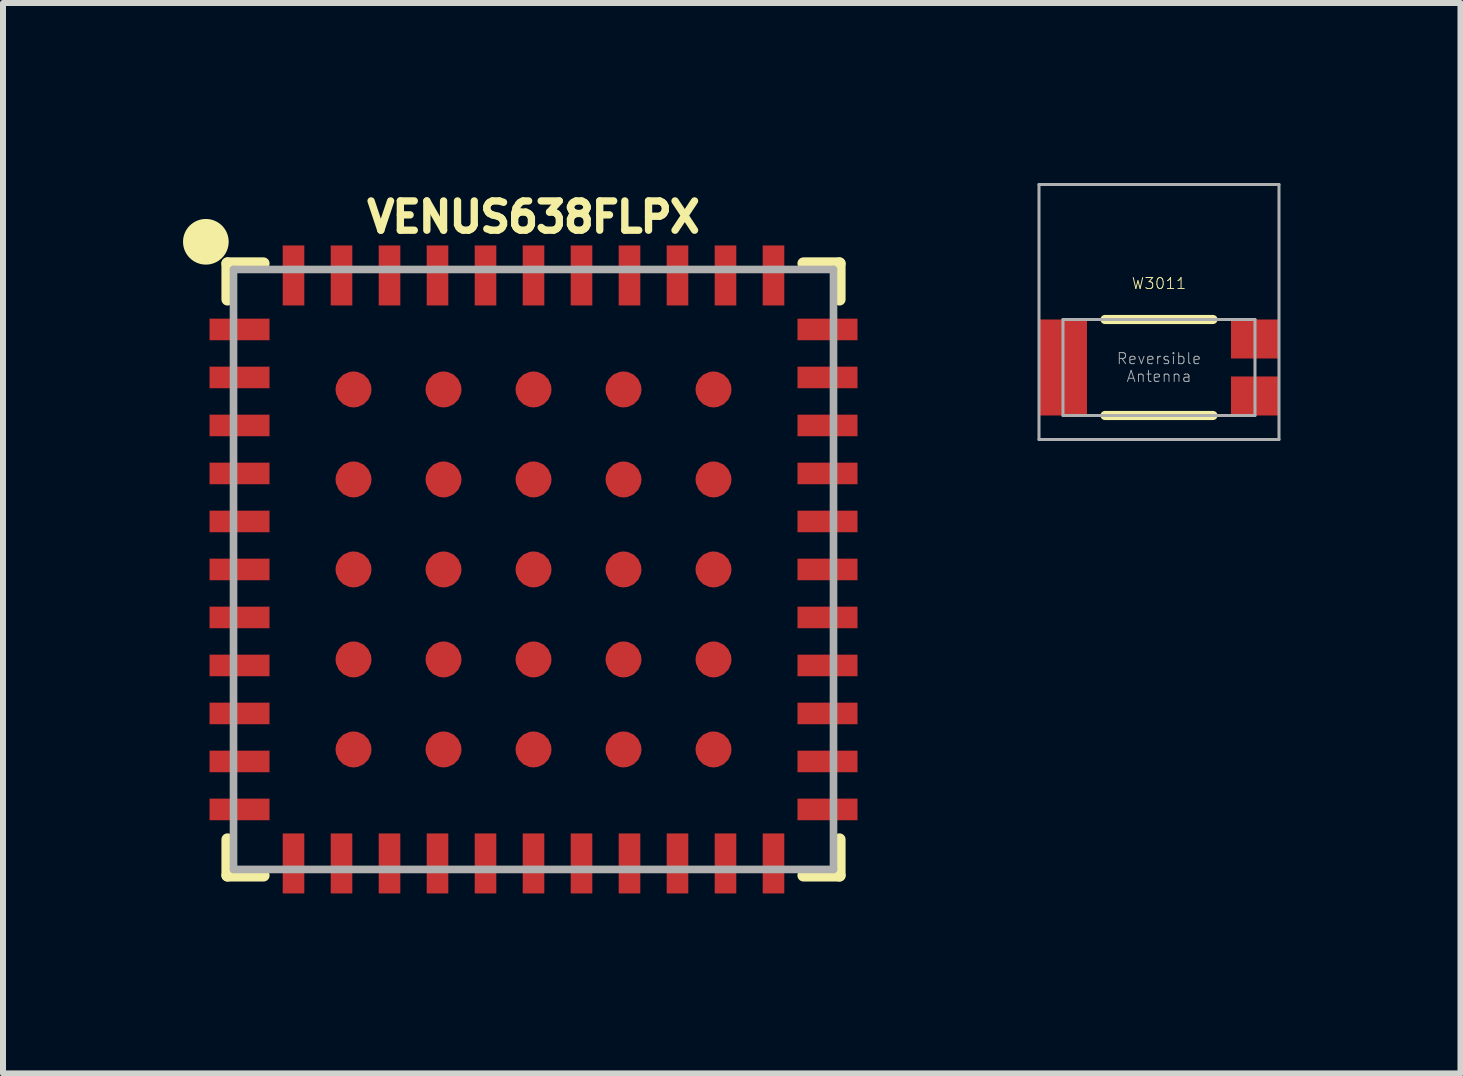
<source format=kicad_pcb>
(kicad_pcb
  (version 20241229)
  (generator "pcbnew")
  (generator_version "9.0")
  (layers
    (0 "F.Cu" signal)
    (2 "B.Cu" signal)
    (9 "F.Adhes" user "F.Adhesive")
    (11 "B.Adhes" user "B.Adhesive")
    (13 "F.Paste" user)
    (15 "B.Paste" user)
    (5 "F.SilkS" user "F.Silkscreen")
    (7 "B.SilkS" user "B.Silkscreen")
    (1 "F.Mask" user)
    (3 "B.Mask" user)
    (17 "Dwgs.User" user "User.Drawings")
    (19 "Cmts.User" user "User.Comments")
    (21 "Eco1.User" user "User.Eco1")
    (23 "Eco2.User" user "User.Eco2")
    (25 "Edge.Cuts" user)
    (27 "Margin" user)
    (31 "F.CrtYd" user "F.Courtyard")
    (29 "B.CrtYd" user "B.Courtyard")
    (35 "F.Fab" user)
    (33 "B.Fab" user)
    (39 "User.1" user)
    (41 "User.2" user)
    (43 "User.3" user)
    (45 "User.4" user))
  (footprint "W3011"
    (layer "F.Cu")
    (at 16.267 3.075)
    (property "Reference" "W3011" (at 0 -1.4 0) (layer "F.SilkS") (effects (font (size 0.184 0.184) (thickness 0.016))))
    (fp_line (start -0.9 -0.8) (end 0.9 -0.8) (stroke (width 0.152) (type solid)) (layer "F.SilkS"))
    (fp_line (start -0.9 0.8) (end 0.9 0.8) (stroke (width 0.152) (type solid)) (layer "F.SilkS"))
    (fp_line (start -2 -3.05) (end 2 -3.05) (stroke (width 0.05) (type solid)) (layer "F.Fab"))
    (fp_line (start -2 1.2) (end -2 -3.05) (stroke (width 0.05) (type solid)) (layer "F.Fab"))
    (fp_line (start -1.6 -0.8) (end 1.6 -0.8) (stroke (width 0.05) (type solid)) (layer "F.Fab"))
    (fp_line (start -1.6 0.8) (end -1.6 -0.8) (stroke (width 0.05) (type solid)) (layer "F.Fab"))
    (fp_line (start 1.6 -0.8) (end 1.6 0.8) (stroke (width 0.05) (type solid)) (layer "F.Fab"))
    (fp_line (start 1.6 0.8) (end -1.6 0.8) (stroke (width 0.05) (type solid)) (layer "F.Fab"))
    (fp_line (start 2 -3.05) (end 2 1.2) (stroke (width 0.05) (type solid)) (layer "F.Fab"))
    (fp_line (start 2 1.2) (end -2 1.2) (stroke (width 0.05) (type solid)) (layer "F.Fab"))
    (fp_text user "Reversible\nAntenna" (at 0 0 0) (layer "F.Fab") (effects (font (size 0.184 0.184) (thickness 0.016))))
    (pad "1" smd rect (at 1.6 -0.475) (size 0.8 0.65) (layers "F.Cu" "F.Mask" "F.Paste"))
    (pad "2" smd rect (at 1.6 0.475) (size 0.8 0.65) (layers "F.Cu" "F.Mask" "F.Paste"))
    (pad "3" smd rect (at -1.6 0) (size 0.8 1.6) (layers "F.Cu" "F.Mask" "F.Paste"))
    (zone (net_name "") (layer "F.Cu") (hatch edge 0.508) (connect_pads) (min_thickness 0.254) (filled_areas_thickness no) (keepout (tracks not_allowed) (vias not_allowed) (pads not_allowed) (copperpour not_allowed) (footprints allowed)) (placement (enabled no)) (fill) (polygon (pts (xy 14.267 2.075) (xy 18.267 2.075) (xy 18.267 0.075) (xy 14.267 0.075))))
    (zone (net_name "") (layer "F.Cu") (hatch edge 0.508) (connect_pads) (min_thickness 0.254) (filled_areas_thickness no) (keepout (tracks not_allowed) (vias not_allowed) (pads not_allowed) (copperpour not_allowed) (footprints allowed)) (placement (enabled no)) (fill) (polygon (pts (xy 14.267 4.275) (xy 18.267 4.275) (xy 18.267 4.075) (xy 14.267 4.075))))
    (zone (net_name "") (layer "F.Cu") (hatch edge 0.508) (connect_pads) (min_thickness 0.254) (filled_areas_thickness no) (keepout (tracks not_allowed) (vias not_allowed) (pads not_allowed) (copperpour not_allowed) (footprints allowed)) (placement (enabled no)) (fill) (polygon (pts (xy 15.267 4.075) (xy 17.267 4.075) (xy 17.267 2.075) (xy 15.267 2.075))))
    (zone (net_name "") (layer "B.Cu") (hatch edge 0.508) (connect_pads) (min_thickness 0.254) (filled_areas_thickness no) (keepout (tracks not_allowed) (vias not_allowed) (pads not_allowed) (copperpour not_allowed) (footprints allowed)) (placement (enabled no)) (fill) (polygon (pts (xy 14.267 4.325) (xy 18.267 4.325) (xy 18.267 0.025) (xy 14.267 0.025)))))
  (footprint "VENUS638FLPX"
    (layer "F.Cu")
    (at 5.842 6.441)
    (property "Reference" "VENUS638FLPX" (at 0 -5.588 0) (layer "F.SilkS") (effects (font (size 0.488 0.488) (thickness 0.122)) (justify bottom)))
    (fp_line (start -5.1 -5.1) (end -4.5 -5.1) (stroke (width 0.203) (type solid)) (layer "F.SilkS"))
    (fp_line (start -5.1 -4.5) (end -5.1 -5.1) (stroke (width 0.203) (type solid)) (layer "F.SilkS"))
    (fp_line (start -5.1 4.5) (end -5.1 5.1) (stroke (width 0.203) (type solid)) (layer "F.SilkS"))
    (fp_line (start -5.1 5.1) (end -4.5 5.1) (stroke (width 0.203) (type solid)) (layer "F.SilkS"))
    (fp_line (start 5.1 -5.1) (end 4.5 -5.1) (stroke (width 0.203) (type solid)) (layer "F.SilkS"))
    (fp_line (start 5.1 -4.5) (end 5.1 -5.1) (stroke (width 0.203) (type solid)) (layer "F.SilkS"))
    (fp_line (start 5.1 5.1) (end 4.5 5.1) (stroke (width 0.203) (type solid)) (layer "F.SilkS"))
    (fp_line (start 5.1 5.1) (end 5.1 4.5) (stroke (width 0.203) (type solid)) (layer "F.SilkS"))
    (fp_circle (center -5.461 -5.461) (end -5.271 -5.461) (stroke (width 0.381) (type solid)) (fill yes) (layer "F.SilkS"))
    (fp_line (start -5 -5) (end -5 5) (stroke (width 0.127) (type solid)) (layer "F.Fab"))
    (fp_line (start -5 5) (end 5 5) (stroke (width 0.127) (type solid)) (layer "F.Fab"))
    (fp_line (start 5 -5) (end -5 -5) (stroke (width 0.127) (type solid)) (layer "F.Fab"))
    (fp_line (start 5 5) (end 5 -5) (stroke (width 0.127) (type solid)) (layer "F.Fab"))
    (pad "1" smd rect (at -4.9 -4 180) (size 1 0.36) (layers "F.Cu" "F.Mask" "F.Paste"))
    (pad "2" smd rect (at -4.9 -3.2 180) (size 1 0.36) (layers "F.Cu" "F.Mask" "F.Paste"))
    (pad "3" smd rect (at -4.9 -2.4 180) (size 1 0.36) (layers "F.Cu" "F.Mask" "F.Paste"))
    (pad "4" smd rect (at -4.9 -1.6 180) (size 1 0.36) (layers "F.Cu" "F.Mask" "F.Paste"))
    (pad "5" smd rect (at -4.9 -0.8 180) (size 1 0.36) (layers "F.Cu" "F.Mask" "F.Paste"))
    (pad "6" smd rect (at -4.9 0 180) (size 1 0.36) (layers "F.Cu" "F.Mask" "F.Paste"))
    (pad "7" smd rect (at -4.9 0.8 180) (size 1 0.36) (layers "F.Cu" "F.Mask" "F.Paste"))
    (pad "8" smd rect (at -4.9 1.6 180) (size 1 0.36) (layers "F.Cu" "F.Mask" "F.Paste"))
    (pad "9" smd rect (at -4.9 2.4 180) (size 1 0.36) (layers "F.Cu" "F.Mask" "F.Paste"))
    (pad "10" smd rect (at -4.9 3.2 180) (size 1 0.36) (layers "F.Cu" "F.Mask" "F.Paste"))
    (pad "11" smd rect (at -4.9 4 180) (size 1 0.36) (layers "F.Cu" "F.Mask" "F.Paste"))
    (pad "12" smd rect (at -4 4.9 270) (size 1 0.36) (layers "F.Cu" "F.Mask" "F.Paste"))
    (pad "13" smd rect (at -3.2 4.9 270) (size 1 0.36) (layers "F.Cu" "F.Mask" "F.Paste"))
    (pad "14" smd rect (at -2.4 4.9 270) (size 1 0.36) (layers "F.Cu" "F.Mask" "F.Paste"))
    (pad "15" smd rect (at -1.6 4.9 270) (size 1 0.36) (layers "F.Cu" "F.Mask" "F.Paste"))
    (pad "16" smd rect (at -0.8 4.9 270) (size 1 0.36) (layers "F.Cu" "F.Mask" "F.Paste"))
    (pad "17" smd rect (at 0 4.9 270) (size 1 0.36) (layers "F.Cu" "F.Mask" "F.Paste"))
    (pad "18" smd rect (at 0.8 4.9 270) (size 1 0.36) (layers "F.Cu" "F.Mask" "F.Paste"))
    (pad "19" smd rect (at 1.6 4.9 270) (size 1 0.36) (layers "F.Cu" "F.Mask" "F.Paste"))
    (pad "20" smd rect (at 2.4 4.9 270) (size 1 0.36) (layers "F.Cu" "F.Mask" "F.Paste"))
    (pad "21" smd rect (at 3.2 4.9 270) (size 1 0.36) (layers "F.Cu" "F.Mask" "F.Paste"))
    (pad "22" smd rect (at 4 4.9 270) (size 1 0.36) (layers "F.Cu" "F.Mask" "F.Paste"))
    (pad "23" smd rect (at 4.9 4) (size 1 0.36) (layers "F.Cu" "F.Mask" "F.Paste"))
    (pad "24" smd rect (at 4.9 3.2) (size 1 0.36) (layers "F.Cu" "F.Mask" "F.Paste"))
    (pad "25" smd rect (at 4.9 2.4) (size 1 0.36) (layers "F.Cu" "F.Mask" "F.Paste"))
    (pad "26" smd rect (at 4.9 1.6) (size 1 0.36) (layers "F.Cu" "F.Mask" "F.Paste"))
    (pad "27" smd rect (at 4.9 0.8) (size 1 0.36) (layers "F.Cu" "F.Mask" "F.Paste"))
    (pad "28" smd rect (at 4.9 0) (size 1 0.36) (layers "F.Cu" "F.Mask" "F.Paste"))
    (pad "29" smd rect (at 4.9 -0.8) (size 1 0.36) (layers "F.Cu" "F.Mask" "F.Paste"))
    (pad "30" smd rect (at 4.9 -1.6) (size 1 0.36) (layers "F.Cu" "F.Mask" "F.Paste"))
    (pad "31" smd rect (at 4.9 -2.4) (size 1 0.36) (layers "F.Cu" "F.Mask" "F.Paste"))
    (pad "32" smd rect (at 4.9 -3.2) (size 1 0.36) (layers "F.Cu" "F.Mask" "F.Paste"))
    (pad "33" smd rect (at 4.9 -4) (size 1 0.36) (layers "F.Cu" "F.Mask" "F.Paste"))
    (pad "34" smd rect (at 4 -4.9 90) (size 1 0.36) (layers "F.Cu" "F.Mask" "F.Paste"))
    (pad "35" smd rect (at 3.2 -4.9 90) (size 1 0.36) (layers "F.Cu" "F.Mask" "F.Paste"))
    (pad "36" smd rect (at 2.4 -4.9 90) (size 1 0.36) (layers "F.Cu" "F.Mask" "F.Paste"))
    (pad "37" smd rect (at 1.6 -4.9 90) (size 1 0.36) (layers "F.Cu" "F.Mask" "F.Paste"))
    (pad "38" smd rect (at 0.8 -4.9 90) (size 1 0.36) (layers "F.Cu" "F.Mask" "F.Paste"))
    (pad "39" smd rect (at 0 -4.9 90) (size 1 0.36) (layers "F.Cu" "F.Mask" "F.Paste"))
    (pad "40" smd rect (at -0.8 -4.9 90) (size 1 0.36) (layers "F.Cu" "F.Mask" "F.Paste"))
    (pad "41" smd rect (at -1.6 -4.9 90) (size 1 0.36) (layers "F.Cu" "F.Mask" "F.Paste"))
    (pad "42" smd rect (at -2.4 -4.9 90) (size 1 0.36) (layers "F.Cu" "F.Mask" "F.Paste"))
    (pad "43" smd rect (at -3.2 -4.9 90) (size 1 0.36) (layers "F.Cu" "F.Mask" "F.Paste"))
    (pad "44" smd rect (at -4 -4.9 90) (size 1 0.36) (layers "F.Cu" "F.Mask" "F.Paste"))
    (pad "45" smd roundrect (at -3 -3) (size 0.6 0.6) (layers "F.Cu" "F.Mask" "F.Paste") (roundrect_rratio 0.5))
    (pad "46" smd roundrect (at -3 -1.5) (size 0.6 0.6) (layers "F.Cu" "F.Mask" "F.Paste") (roundrect_rratio 0.5))
    (pad "47" smd roundrect (at -3 0) (size 0.6 0.6) (layers "F.Cu" "F.Mask" "F.Paste") (roundrect_rratio 0.5))
    (pad "48" smd roundrect (at -3 1.5) (size 0.6 0.6) (layers "F.Cu" "F.Mask" "F.Paste") (roundrect_rratio 0.5))
    (pad "49" smd roundrect (at -3 3) (size 0.6 0.6) (layers "F.Cu" "F.Mask" "F.Paste") (roundrect_rratio 0.5))
    (pad "50" smd roundrect (at -1.5 -3) (size 0.6 0.6) (layers "F.Cu" "F.Mask" "F.Paste") (roundrect_rratio 0.5))
    (pad "51" smd roundrect (at -1.5 -1.5) (size 0.6 0.6) (layers "F.Cu" "F.Mask" "F.Paste") (roundrect_rratio 0.5))
    (pad "52" smd roundrect (at -1.5 0) (size 0.6 0.6) (layers "F.Cu" "F.Mask" "F.Paste") (roundrect_rratio 0.5))
    (pad "53" smd roundrect (at -1.5 1.5) (size 0.6 0.6) (layers "F.Cu" "F.Mask" "F.Paste") (roundrect_rratio 0.5))
    (pad "54" smd roundrect (at -1.5 3) (size 0.6 0.6) (layers "F.Cu" "F.Mask" "F.Paste") (roundrect_rratio 0.5))
    (pad "55" smd roundrect (at 0 -3) (size 0.6 0.6) (layers "F.Cu" "F.Mask" "F.Paste") (roundrect_rratio 0.5))
    (pad "56" smd roundrect (at 0 -1.5) (size 0.6 0.6) (layers "F.Cu" "F.Mask" "F.Paste") (roundrect_rratio 0.5))
    (pad "57" smd roundrect (at 0 0) (size 0.6 0.6) (layers "F.Cu" "F.Mask" "F.Paste") (roundrect_rratio 0.5))
    (pad "58" smd roundrect (at 0 1.5) (size 0.6 0.6) (layers "F.Cu" "F.Mask" "F.Paste") (roundrect_rratio 0.5))
    (pad "59" smd roundrect (at 0 3) (size 0.6 0.6) (layers "F.Cu" "F.Mask" "F.Paste") (roundrect_rratio 0.5))
    (pad "60" smd roundrect (at 1.5 -3) (size 0.6 0.6) (layers "F.Cu" "F.Mask" "F.Paste") (roundrect_rratio 0.5))
    (pad "61" smd roundrect (at 1.5 -1.5) (size 0.6 0.6) (layers "F.Cu" "F.Mask" "F.Paste") (roundrect_rratio 0.5))
    (pad "62" smd roundrect (at 1.5 0) (size 0.6 0.6) (layers "F.Cu" "F.Mask" "F.Paste") (roundrect_rratio 0.5))
    (pad "63" smd roundrect (at 1.5 1.5) (size 0.6 0.6) (layers "F.Cu" "F.Mask" "F.Paste") (roundrect_rratio 0.5))
    (pad "64" smd roundrect (at 1.5 3) (size 0.6 0.6) (layers "F.Cu" "F.Mask" "F.Paste") (roundrect_rratio 0.5))
    (pad "65" smd roundrect (at 3 -3) (size 0.6 0.6) (layers "F.Cu" "F.Mask" "F.Paste") (roundrect_rratio 0.5))
    (pad "66" smd roundrect (at 3 -1.5) (size 0.6 0.6) (layers "F.Cu" "F.Mask" "F.Paste") (roundrect_rratio 0.5))
    (pad "67" smd roundrect (at 3 0) (size 0.6 0.6) (layers "F.Cu" "F.Mask" "F.Paste") (roundrect_rratio 0.5))
    (pad "68" smd roundrect (at 3 1.5) (size 0.6 0.6) (layers "F.Cu" "F.Mask" "F.Paste") (roundrect_rratio 0.5))
    (pad "69" smd roundrect (at 3 3) (size 0.6 0.6) (layers "F.Cu" "F.Mask" "F.Paste") (roundrect_rratio 0.5)))
  (gr_rect
    (start -3 -3)
    (end 21.292 14.841)
    (stroke (width 0.1) (type default))
    (fill no)
    (layer "Edge.Cuts")))
</source>
